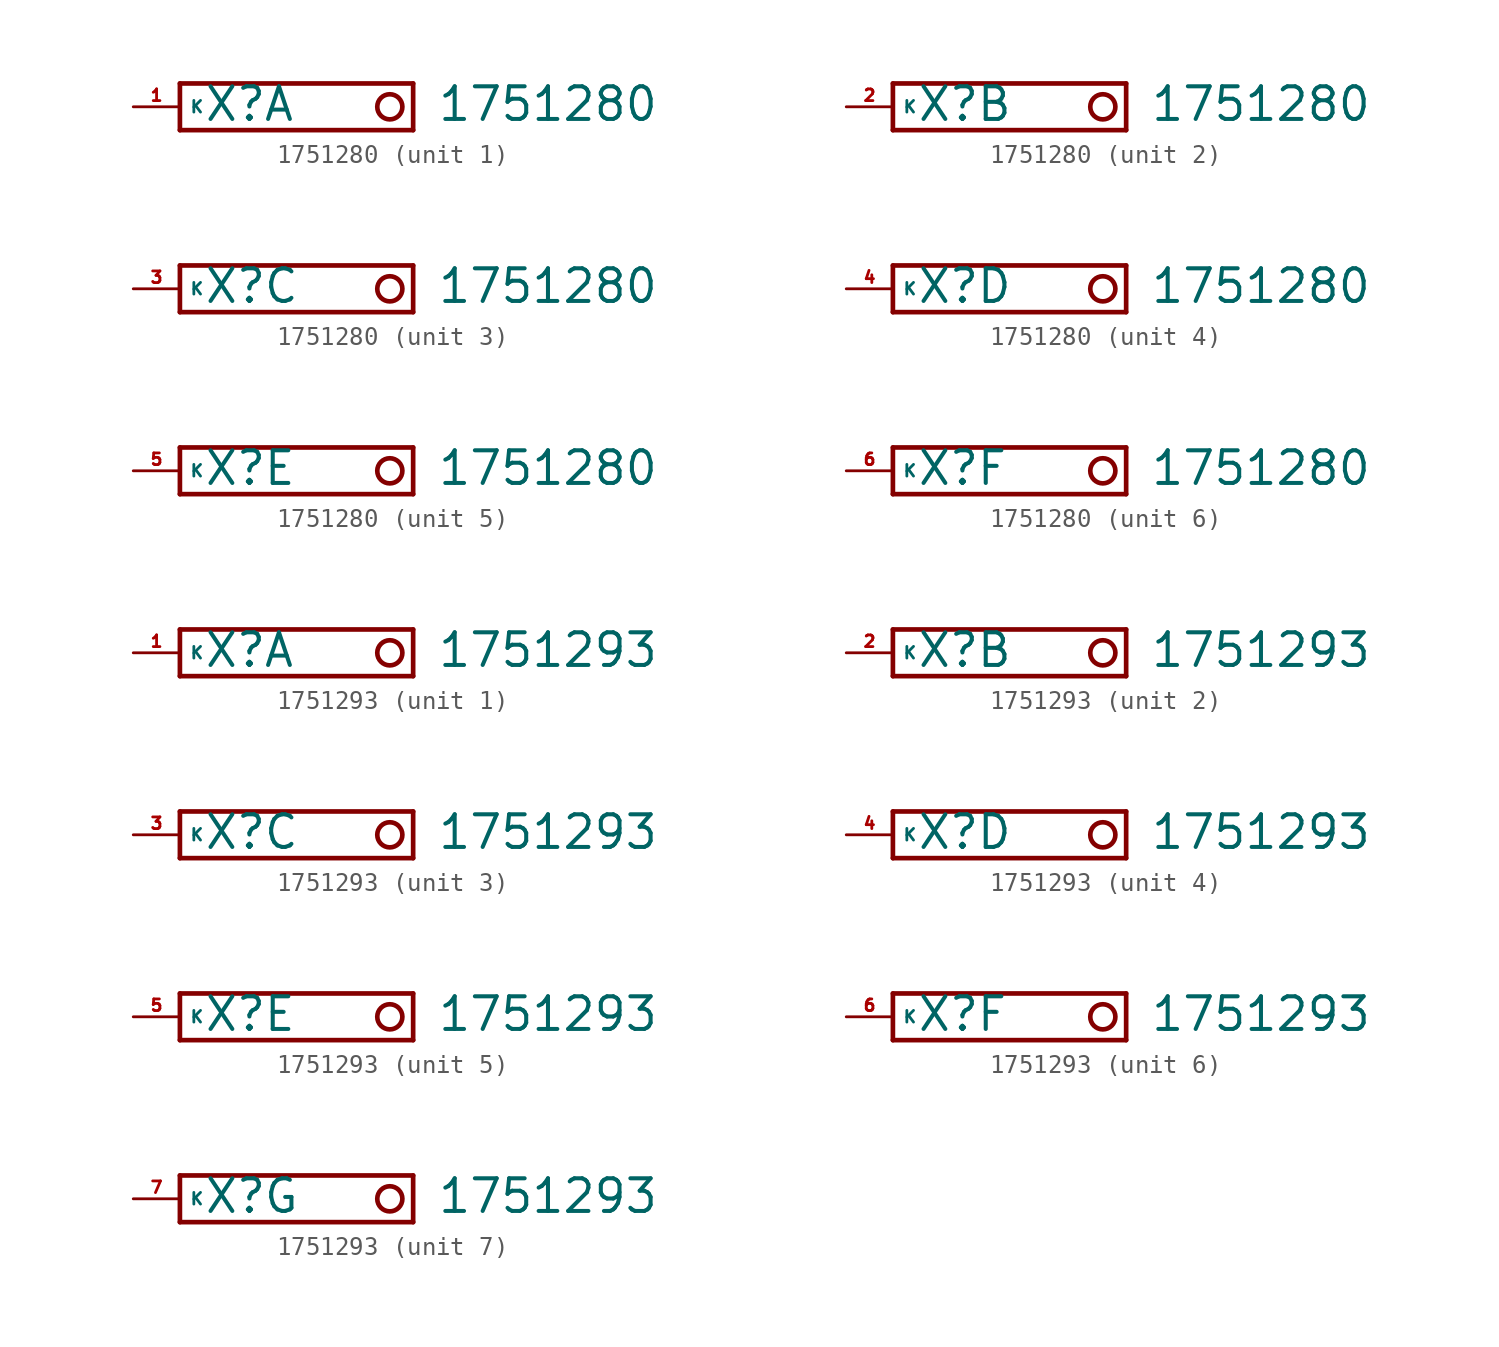
<source format=kicad_sym>
(kicad_symbol_lib
  (version 20220914)
  (generator Eagle2Kicad)
  (symbol "1751280"
    (property "Reference" "X"
      (at 1.27 -0.889 0)
      (effects (font (size 1.778 1.778) (thickness 0.22)) (justify left bottom)))
    (property "Value" "1751280"
      (at 13.97 -0.889 0)
      (effects (font (size 1.778 1.778) (thickness 0.22)) (justify left bottom)))
    (symbol "1751280_1_0"
      (polyline (pts (xy 0 -1.27) (xy 0 1.27)) (stroke (width 0.254) (type default)) (fill (type none)))
      (polyline (pts (xy 12.7 -1.27) (xy 0 -1.27)) (stroke (width 0.254) (type default)) (fill (type none)))
      (polyline (pts (xy 12.7 -1.27) (xy 12.7 1.27)) (stroke (width 0.254) (type default)) (fill (type none)))
      (polyline (pts (xy 0 1.27) (xy 12.7 1.27)) (stroke (width 0.254) (type default)) (fill (type none)))
      (circle (center 11.43 0) (radius 0.684) (stroke (width 0.254) (type default)) (fill (type none)))
      (pin passive line (at -2.54 0 0) (length 2.54) (name "K" (effects (font (size 0.635 0.635) (thickness 0.08)) (justify left bottom))) (number "1" (effects (font (size 0.635 0.635) (thickness 0.08)) (justify left bottom)))))
    (symbol "1751280_2_0"
      (polyline (pts (xy 0 -1.27) (xy 0 1.27)) (stroke (width 0.254) (type default)) (fill (type none)))
      (polyline (pts (xy 12.7 -1.27) (xy 0 -1.27)) (stroke (width 0.254) (type default)) (fill (type none)))
      (polyline (pts (xy 12.7 -1.27) (xy 12.7 1.27)) (stroke (width 0.254) (type default)) (fill (type none)))
      (polyline (pts (xy 0 1.27) (xy 12.7 1.27)) (stroke (width 0.254) (type default)) (fill (type none)))
      (circle (center 11.43 0) (radius 0.684) (stroke (width 0.254) (type default)) (fill (type none)))
      (pin passive line (at -2.54 0 0) (length 2.54) (name "K" (effects (font (size 0.635 0.635) (thickness 0.08)) (justify left bottom))) (number "2" (effects (font (size 0.635 0.635) (thickness 0.08)) (justify left bottom)))))
    (symbol "1751280_3_0"
      (polyline (pts (xy 0 -1.27) (xy 0 1.27)) (stroke (width 0.254) (type default)) (fill (type none)))
      (polyline (pts (xy 12.7 -1.27) (xy 0 -1.27)) (stroke (width 0.254) (type default)) (fill (type none)))
      (polyline (pts (xy 12.7 -1.27) (xy 12.7 1.27)) (stroke (width 0.254) (type default)) (fill (type none)))
      (polyline (pts (xy 0 1.27) (xy 12.7 1.27)) (stroke (width 0.254) (type default)) (fill (type none)))
      (circle (center 11.43 0) (radius 0.684) (stroke (width 0.254) (type default)) (fill (type none)))
      (pin passive line (at -2.54 0 0) (length 2.54) (name "K" (effects (font (size 0.635 0.635) (thickness 0.08)) (justify left bottom))) (number "3" (effects (font (size 0.635 0.635) (thickness 0.08)) (justify left bottom)))))
    (symbol "1751280_4_0"
      (polyline (pts (xy 0 -1.27) (xy 0 1.27)) (stroke (width 0.254) (type default)) (fill (type none)))
      (polyline (pts (xy 12.7 -1.27) (xy 0 -1.27)) (stroke (width 0.254) (type default)) (fill (type none)))
      (polyline (pts (xy 12.7 -1.27) (xy 12.7 1.27)) (stroke (width 0.254) (type default)) (fill (type none)))
      (polyline (pts (xy 0 1.27) (xy 12.7 1.27)) (stroke (width 0.254) (type default)) (fill (type none)))
      (circle (center 11.43 0) (radius 0.684) (stroke (width 0.254) (type default)) (fill (type none)))
      (pin passive line (at -2.54 0 0) (length 2.54) (name "K" (effects (font (size 0.635 0.635) (thickness 0.08)) (justify left bottom))) (number "4" (effects (font (size 0.635 0.635) (thickness 0.08)) (justify left bottom)))))
    (symbol "1751280_5_0"
      (polyline (pts (xy 0 -1.27) (xy 0 1.27)) (stroke (width 0.254) (type default)) (fill (type none)))
      (polyline (pts (xy 12.7 -1.27) (xy 0 -1.27)) (stroke (width 0.254) (type default)) (fill (type none)))
      (polyline (pts (xy 12.7 -1.27) (xy 12.7 1.27)) (stroke (width 0.254) (type default)) (fill (type none)))
      (polyline (pts (xy 0 1.27) (xy 12.7 1.27)) (stroke (width 0.254) (type default)) (fill (type none)))
      (circle (center 11.43 0) (radius 0.684) (stroke (width 0.254) (type default)) (fill (type none)))
      (pin passive line (at -2.54 0 0) (length 2.54) (name "K" (effects (font (size 0.635 0.635) (thickness 0.08)) (justify left bottom))) (number "5" (effects (font (size 0.635 0.635) (thickness 0.08)) (justify left bottom)))))
    (symbol "1751280_6_0"
      (polyline (pts (xy 0 -1.27) (xy 0 1.27)) (stroke (width 0.254) (type default)) (fill (type none)))
      (polyline (pts (xy 12.7 -1.27) (xy 0 -1.27)) (stroke (width 0.254) (type default)) (fill (type none)))
      (polyline (pts (xy 12.7 -1.27) (xy 12.7 1.27)) (stroke (width 0.254) (type default)) (fill (type none)))
      (polyline (pts (xy 0 1.27) (xy 12.7 1.27)) (stroke (width 0.254) (type default)) (fill (type none)))
      (circle (center 11.43 0) (radius 0.684) (stroke (width 0.254) (type default)) (fill (type none)))
      (pin passive line (at -2.54 0 0) (length 2.54) (name "K" (effects (font (size 0.635 0.635) (thickness 0.08)) (justify left bottom))) (number "6" (effects (font (size 0.635 0.635) (thickness 0.08)) (justify left bottom))))))
  (symbol "1751293"
    (property "Reference" "X"
      (at 1.27 -0.889 0)
      (effects (font (size 1.778 1.778) (thickness 0.22)) (justify left bottom)))
    (property "Value" "1751293"
      (at 13.97 -0.889 0)
      (effects (font (size 1.778 1.778) (thickness 0.22)) (justify left bottom)))
    (symbol "1751293_1_0"
      (polyline (pts (xy 0 -1.27) (xy 0 1.27)) (stroke (width 0.254) (type default)) (fill (type none)))
      (polyline (pts (xy 12.7 -1.27) (xy 0 -1.27)) (stroke (width 0.254) (type default)) (fill (type none)))
      (polyline (pts (xy 12.7 -1.27) (xy 12.7 1.27)) (stroke (width 0.254) (type default)) (fill (type none)))
      (polyline (pts (xy 0 1.27) (xy 12.7 1.27)) (stroke (width 0.254) (type default)) (fill (type none)))
      (circle (center 11.43 0) (radius 0.684) (stroke (width 0.254) (type default)) (fill (type none)))
      (pin passive line (at -2.54 0 0) (length 2.54) (name "K" (effects (font (size 0.635 0.635) (thickness 0.08)) (justify left bottom))) (number "1" (effects (font (size 0.635 0.635) (thickness 0.08)) (justify left bottom)))))
    (symbol "1751293_2_0"
      (polyline (pts (xy 0 -1.27) (xy 0 1.27)) (stroke (width 0.254) (type default)) (fill (type none)))
      (polyline (pts (xy 12.7 -1.27) (xy 0 -1.27)) (stroke (width 0.254) (type default)) (fill (type none)))
      (polyline (pts (xy 12.7 -1.27) (xy 12.7 1.27)) (stroke (width 0.254) (type default)) (fill (type none)))
      (polyline (pts (xy 0 1.27) (xy 12.7 1.27)) (stroke (width 0.254) (type default)) (fill (type none)))
      (circle (center 11.43 0) (radius 0.684) (stroke (width 0.254) (type default)) (fill (type none)))
      (pin passive line (at -2.54 0 0) (length 2.54) (name "K" (effects (font (size 0.635 0.635) (thickness 0.08)) (justify left bottom))) (number "2" (effects (font (size 0.635 0.635) (thickness 0.08)) (justify left bottom)))))
    (symbol "1751293_3_0"
      (polyline (pts (xy 0 -1.27) (xy 0 1.27)) (stroke (width 0.254) (type default)) (fill (type none)))
      (polyline (pts (xy 12.7 -1.27) (xy 0 -1.27)) (stroke (width 0.254) (type default)) (fill (type none)))
      (polyline (pts (xy 12.7 -1.27) (xy 12.7 1.27)) (stroke (width 0.254) (type default)) (fill (type none)))
      (polyline (pts (xy 0 1.27) (xy 12.7 1.27)) (stroke (width 0.254) (type default)) (fill (type none)))
      (circle (center 11.43 0) (radius 0.684) (stroke (width 0.254) (type default)) (fill (type none)))
      (pin passive line (at -2.54 0 0) (length 2.54) (name "K" (effects (font (size 0.635 0.635) (thickness 0.08)) (justify left bottom))) (number "3" (effects (font (size 0.635 0.635) (thickness 0.08)) (justify left bottom)))))
    (symbol "1751293_4_0"
      (polyline (pts (xy 0 -1.27) (xy 0 1.27)) (stroke (width 0.254) (type default)) (fill (type none)))
      (polyline (pts (xy 12.7 -1.27) (xy 0 -1.27)) (stroke (width 0.254) (type default)) (fill (type none)))
      (polyline (pts (xy 12.7 -1.27) (xy 12.7 1.27)) (stroke (width 0.254) (type default)) (fill (type none)))
      (polyline (pts (xy 0 1.27) (xy 12.7 1.27)) (stroke (width 0.254) (type default)) (fill (type none)))
      (circle (center 11.43 0) (radius 0.684) (stroke (width 0.254) (type default)) (fill (type none)))
      (pin passive line (at -2.54 0 0) (length 2.54) (name "K" (effects (font (size 0.635 0.635) (thickness 0.08)) (justify left bottom))) (number "4" (effects (font (size 0.635 0.635) (thickness 0.08)) (justify left bottom)))))
    (symbol "1751293_5_0"
      (polyline (pts (xy 0 -1.27) (xy 0 1.27)) (stroke (width 0.254) (type default)) (fill (type none)))
      (polyline (pts (xy 12.7 -1.27) (xy 0 -1.27)) (stroke (width 0.254) (type default)) (fill (type none)))
      (polyline (pts (xy 12.7 -1.27) (xy 12.7 1.27)) (stroke (width 0.254) (type default)) (fill (type none)))
      (polyline (pts (xy 0 1.27) (xy 12.7 1.27)) (stroke (width 0.254) (type default)) (fill (type none)))
      (circle (center 11.43 0) (radius 0.684) (stroke (width 0.254) (type default)) (fill (type none)))
      (pin passive line (at -2.54 0 0) (length 2.54) (name "K" (effects (font (size 0.635 0.635) (thickness 0.08)) (justify left bottom))) (number "5" (effects (font (size 0.635 0.635) (thickness 0.08)) (justify left bottom)))))
    (symbol "1751293_6_0"
      (polyline (pts (xy 0 -1.27) (xy 0 1.27)) (stroke (width 0.254) (type default)) (fill (type none)))
      (polyline (pts (xy 12.7 -1.27) (xy 0 -1.27)) (stroke (width 0.254) (type default)) (fill (type none)))
      (polyline (pts (xy 12.7 -1.27) (xy 12.7 1.27)) (stroke (width 0.254) (type default)) (fill (type none)))
      (polyline (pts (xy 0 1.27) (xy 12.7 1.27)) (stroke (width 0.254) (type default)) (fill (type none)))
      (circle (center 11.43 0) (radius 0.684) (stroke (width 0.254) (type default)) (fill (type none)))
      (pin passive line (at -2.54 0 0) (length 2.54) (name "K" (effects (font (size 0.635 0.635) (thickness 0.08)) (justify left bottom))) (number "6" (effects (font (size 0.635 0.635) (thickness 0.08)) (justify left bottom)))))
    (symbol "1751293_7_0"
      (polyline (pts (xy 0 -1.27) (xy 0 1.27)) (stroke (width 0.254) (type default)) (fill (type none)))
      (polyline (pts (xy 12.7 -1.27) (xy 0 -1.27)) (stroke (width 0.254) (type default)) (fill (type none)))
      (polyline (pts (xy 12.7 -1.27) (xy 12.7 1.27)) (stroke (width 0.254) (type default)) (fill (type none)))
      (polyline (pts (xy 0 1.27) (xy 12.7 1.27)) (stroke (width 0.254) (type default)) (fill (type none)))
      (circle (center 11.43 0) (radius 0.684) (stroke (width 0.254) (type default)) (fill (type none)))
      (pin passive line (at -2.54 0 0) (length 2.54) (name "K" (effects (font (size 0.635 0.635) (thickness 0.08)) (justify left bottom))) (number "7" (effects (font (size 0.635 0.635) (thickness 0.08)) (justify left bottom)))))))
</source>
